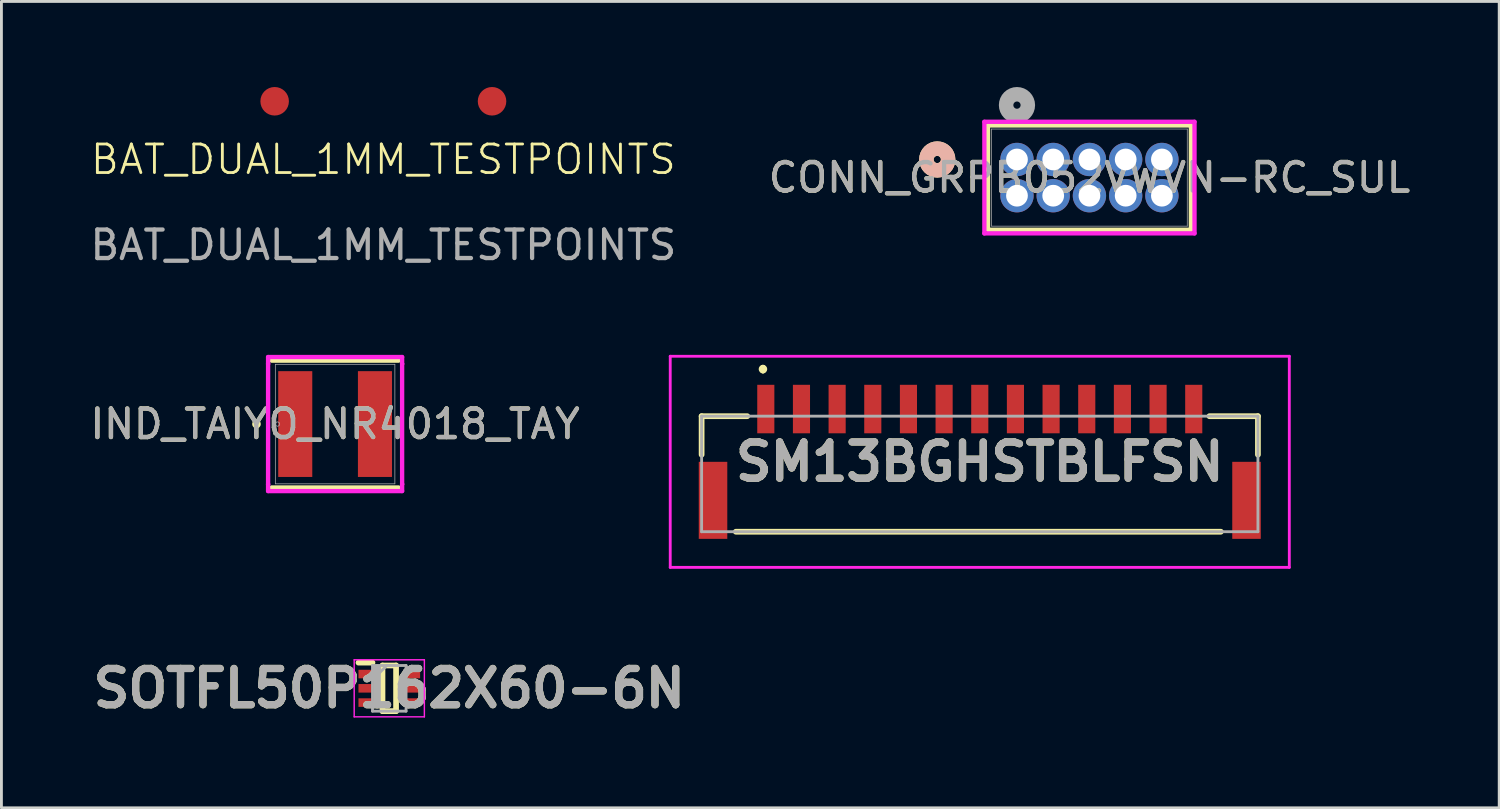
<source format=kicad_pcb>
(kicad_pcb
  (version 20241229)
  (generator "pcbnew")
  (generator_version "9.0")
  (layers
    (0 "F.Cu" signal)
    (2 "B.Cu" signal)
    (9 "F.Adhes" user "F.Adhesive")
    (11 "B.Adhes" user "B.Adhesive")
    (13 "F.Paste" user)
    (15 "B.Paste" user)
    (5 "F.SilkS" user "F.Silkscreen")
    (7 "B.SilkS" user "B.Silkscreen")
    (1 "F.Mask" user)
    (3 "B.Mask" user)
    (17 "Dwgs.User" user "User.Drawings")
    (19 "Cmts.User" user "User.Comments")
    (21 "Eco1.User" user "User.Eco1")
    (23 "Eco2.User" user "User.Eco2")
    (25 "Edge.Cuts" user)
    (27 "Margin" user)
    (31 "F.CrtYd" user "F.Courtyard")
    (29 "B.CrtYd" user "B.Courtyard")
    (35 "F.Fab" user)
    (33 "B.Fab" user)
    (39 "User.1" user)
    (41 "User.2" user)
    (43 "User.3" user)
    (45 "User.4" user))
  (footprint "SOTFL50P162X60-6N"
    (layer "F.Cu")
    (at 10.595 21.077)
    (property "Reference" "SOTFL50P162X60-6N" (at 0 0 0) (layer "F.SilkS") (effects (font (size 1.27 1.27) (thickness 0.254))))
    (attr smd)
    (fp_line (start -1.08 -0.9) (end -0.588 -0.9) (stroke (width 0.2) (type solid)) (layer "F.SilkS"))
    (fp_line (start -0.238 -0.8) (end 0.238 -0.8) (stroke (width 0.2) (type solid)) (layer "F.SilkS"))
    (fp_line (start -0.238 0.8) (end -0.238 -0.8) (stroke (width 0.2) (type solid)) (layer "F.SilkS"))
    (fp_line (start 0.238 -0.8) (end 0.238 0.8) (stroke (width 0.2) (type solid)) (layer "F.SilkS"))
    (fp_line (start 0.238 0.8) (end -0.238 0.8) (stroke (width 0.2) (type solid)) (layer "F.SilkS"))
    (fp_line (start -1.23 -1) (end 1.23 -1) (stroke (width 0.05) (type solid)) (layer "F.CrtYd"))
    (fp_line (start -1.23 1) (end -1.23 -1) (stroke (width 0.05) (type solid)) (layer "F.CrtYd"))
    (fp_line (start 1.23 -1) (end 1.23 1) (stroke (width 0.05) (type solid)) (layer "F.CrtYd"))
    (fp_line (start 1.23 1) (end -1.23 1) (stroke (width 0.05) (type solid)) (layer "F.CrtYd"))
    (fp_line (start -0.588 -0.8) (end 0.588 -0.8) (stroke (width 0.1) (type solid)) (layer "F.Fab"))
    (fp_line (start -0.588 -0.3) (end -0.088 -0.8) (stroke (width 0.1) (type solid)) (layer "F.Fab"))
    (fp_line (start -0.588 0.8) (end -0.588 -0.8) (stroke (width 0.1) (type solid)) (layer "F.Fab"))
    (fp_line (start 0.588 -0.8) (end 0.588 0.8) (stroke (width 0.1) (type solid)) (layer "F.Fab"))
    (fp_line (start 0.588 0.8) (end -0.588 0.8) (stroke (width 0.1) (type solid)) (layer "F.Fab"))
    (fp_text user "${REFERENCE}" (at 0 0 0) (layer "F.Fab") (effects (font (size 1.27 1.27) (thickness 0.254))))
    (pad "1" smd rect (at -0.834 -0.5 90) (size 0.3 0.492) (layers "F.Cu" "F.Mask" "F.Paste"))
    (pad "2" smd rect (at -0.834 0 90) (size 0.3 0.492) (layers "F.Cu" "F.Mask" "F.Paste"))
    (pad "3" smd rect (at -0.834 0.5 90) (size 0.3 0.492) (layers "F.Cu" "F.Mask" "F.Paste"))
    (pad "4" smd rect (at 0.834 0.5 90) (size 0.3 0.492) (layers "F.Cu" "F.Mask" "F.Paste"))
    (pad "5" smd rect (at 0.834 0 90) (size 0.3 0.492) (layers "F.Cu" "F.Mask" "F.Paste"))
    (pad "6" smd rect (at 0.834 -0.5 90) (size 0.3 0.492) (layers "F.Cu" "F.Mask" "F.Paste")))
  (footprint "IND_TAIYO_NR4018_TAY"
    (layer "F.Cu")
    (at 8.696 11.814)
    (property "Reference" "IND_TAIYO_NR4018_TAY" (at 0 0 0) (unlocked yes) (layer "F.SilkS") (effects (font (size 1 1) (thickness 0.15))))
    (attr smd)
    (fp_line (start -2.223 2.223) (end 2.223 2.223) (stroke (width 0.152) (type solid)) (layer "F.SilkS"))
    (fp_line (start 2.223 -2.223) (end -2.223 -2.223) (stroke (width 0.152) (type solid)) (layer "F.SilkS"))
    (fp_circle (center -2.756 0) (end -2.68 0) (stroke (width 0.152) (type solid)) (fill no) (layer "F.SilkS"))
    (fp_line (start -2.349 -2.349) (end 2.349 -2.349) (stroke (width 0.152) (type solid)) (layer "F.CrtYd"))
    (fp_line (start -2.349 -2.108) (end -2.349 -2.349) (stroke (width 0.152) (type solid)) (layer "F.CrtYd"))
    (fp_line (start -2.349 -2.108) (end -2.349 -2.108) (stroke (width 0.152) (type solid)) (layer "F.CrtYd"))
    (fp_line (start -2.349 2.108) (end -2.349 -2.108) (stroke (width 0.152) (type solid)) (layer "F.CrtYd"))
    (fp_line (start -2.349 2.108) (end -2.349 2.108) (stroke (width 0.152) (type solid)) (layer "F.CrtYd"))
    (fp_line (start -2.349 2.349) (end -2.349 2.108) (stroke (width 0.152) (type solid)) (layer "F.CrtYd"))
    (fp_line (start 2.349 -2.349) (end 2.349 -2.108) (stroke (width 0.152) (type solid)) (layer "F.CrtYd"))
    (fp_line (start 2.349 -2.108) (end 2.349 -2.108) (stroke (width 0.152) (type solid)) (layer "F.CrtYd"))
    (fp_line (start 2.349 -2.108) (end 2.349 2.108) (stroke (width 0.152) (type solid)) (layer "F.CrtYd"))
    (fp_line (start 2.349 2.108) (end 2.349 2.108) (stroke (width 0.152) (type solid)) (layer "F.CrtYd"))
    (fp_line (start 2.349 2.108) (end 2.349 2.349) (stroke (width 0.152) (type solid)) (layer "F.CrtYd"))
    (fp_line (start 2.349 2.349) (end -2.349 2.349) (stroke (width 0.152) (type solid)) (layer "F.CrtYd"))
    (fp_line (start -2.095 -2.095) (end -2.095 2.095) (stroke (width 0.025) (type solid)) (layer "F.Fab"))
    (fp_line (start -2.095 2.095) (end 2.095 2.095) (stroke (width 0.025) (type solid)) (layer "F.Fab"))
    (fp_line (start 2.095 -2.095) (end -2.095 -2.095) (stroke (width 0.025) (type solid)) (layer "F.Fab"))
    (fp_line (start 2.095 2.095) (end 2.095 -2.095) (stroke (width 0.025) (type solid)) (layer "F.Fab"))
    (fp_circle (center -2.019 0) (end -1.943 0) (stroke (width 0.025) (type solid)) (fill no) (layer "F.Fab"))
    (fp_text user "${REFERENCE}" (at 0 0 0) (unlocked yes) (layer "F.Fab") (effects (font (size 1 1) (thickness 0.15))))
    (pad "1" smd rect (at -1.397 0) (size 1.194 3.708) (layers "F.Cu" "F.Mask" "F.Paste"))
    (pad "2" smd rect (at 1.397 0) (size 1.194 3.708) (layers "F.Cu" "F.Mask" "F.Paste"))
    (zone (net_name "") (layer "F.Cu") (hatch full 0.508) (connect_pads) (min_thickness 0.254) (filled_areas_thickness no) (keepout (tracks not_allowed) (vias not_allowed) (pads allowed) (copperpour not_allowed) (footprints allowed)) (placement (enabled no)) (fill) (polygon (pts (xy 7.947 9.769) (xy 9.446 9.769) (xy 9.446 13.859) (xy 7.947 13.859)))))
  (footprint "BAT_DUAL_1MM_TESTPOINTS"
    (layer "F.Cu")
    (at 10.387 3.04)
    (property "Reference" "BAT_DUAL_1MM_TESTPOINTS" (at 0 -0.5 0) (unlocked yes) (layer "F.SilkS") (effects (font (size 1 1) (thickness 0.1))))
    (attr smd)
    (fp_text user "${REFERENCE}" (at 0 2.5 0) (unlocked yes) (layer "F.Fab") (effects (font (size 1 1) (thickness 0.15))))
    (pad "1" smd circle (at -3.81 -2.54) (size 1 1) (layers "F.Cu" "F.Mask" "F.Paste"))
    (pad "2" smd circle (at 3.81 -2.54) (size 1 1) (layers "F.Cu" "F.Mask" "F.Paste")))
  (footprint "CONN_GRPB052VWVN-RC_SUL"
    (layer "F.Cu")
    (at 32.597 2.54)
    (property "Reference" "CONN_GRPB052VWVN-RC_SUL" (at 2.54 0.635 0) (unlocked yes) (layer "F.SilkS") (effects (font (size 1 1) (thickness 0.15))))
    (attr through_hole)
    (fp_line (start -1.016 -1.194) (end -1.016 2.464) (stroke (width 0.152) (type solid)) (layer "F.SilkS"))
    (fp_line (start -1.016 2.464) (end 6.096 2.464) (stroke (width 0.152) (type solid)) (layer "F.SilkS"))
    (fp_line (start 6.096 -1.194) (end -1.016 -1.194) (stroke (width 0.152) (type solid)) (layer "F.SilkS"))
    (fp_line (start 6.096 2.464) (end 6.096 -1.194) (stroke (width 0.152) (type solid)) (layer "F.SilkS"))
    (fp_circle (center -2.794 0) (end -2.413 0) (stroke (width 0.508) (type solid)) (fill no) (layer "F.SilkS"))
    (fp_circle (center -2.794 0) (end -2.413 0) (stroke (width 0.508) (type solid)) (fill no) (layer "B.SilkS"))
    (fp_line (start -1.143 -1.321) (end -1.143 2.591) (stroke (width 0.152) (type solid)) (layer "F.CrtYd"))
    (fp_line (start -1.143 2.591) (end 6.223 2.591) (stroke (width 0.152) (type solid)) (layer "F.CrtYd"))
    (fp_line (start 6.223 -1.321) (end -1.143 -1.321) (stroke (width 0.152) (type solid)) (layer "F.CrtYd"))
    (fp_line (start 6.223 2.591) (end 6.223 -1.321) (stroke (width 0.152) (type solid)) (layer "F.CrtYd"))
    (fp_line (start -0.889 -1.067) (end -0.889 2.337) (stroke (width 0.025) (type solid)) (layer "F.Fab"))
    (fp_line (start -0.889 2.337) (end 5.969 2.337) (stroke (width 0.025) (type solid)) (layer "F.Fab"))
    (fp_line (start 5.969 -1.067) (end -0.889 -1.067) (stroke (width 0.025) (type solid)) (layer "F.Fab"))
    (fp_line (start 5.969 2.337) (end 5.969 -1.067) (stroke (width 0.025) (type solid)) (layer "F.Fab"))
    (fp_circle (center 0 -1.905) (end 0.381 -1.905) (stroke (width 0.508) (type solid)) (fill no) (layer "F.Fab"))
    (fp_text user "${REFERENCE}" (at 2.54 0.635 0) (unlocked yes) (layer "F.Fab") (effects (font (size 1 1) (thickness 0.15))))
    (pad "1" thru_hole circle (at 0 0) (size 1.168 1.168) (drill 0.762) (layers "*.Cu" "*.Mask"))
    (pad "2" thru_hole circle (at 1.27 0) (size 1.168 1.168) (drill 0.762) (layers "*.Cu" "*.Mask"))
    (pad "3" thru_hole circle (at 2.54 0) (size 1.168 1.168) (drill 0.762) (layers "*.Cu" "*.Mask"))
    (pad "4" thru_hole circle (at 3.81 0) (size 1.168 1.168) (drill 0.762) (layers "*.Cu" "*.Mask"))
    (pad "5" thru_hole circle (at 5.08 0) (size 1.168 1.168) (drill 0.762) (layers "*.Cu" "*.Mask"))
    (pad "6" thru_hole circle (at 0 1.27) (size 1.168 1.168) (drill 0.762) (layers "*.Cu" "*.Mask"))
    (pad "7" thru_hole circle (at 1.27 1.27) (size 1.168 1.168) (drill 0.762) (layers "*.Cu" "*.Mask"))
    (pad "8" thru_hole circle (at 2.54 1.27) (size 1.168 1.168) (drill 0.762) (layers "*.Cu" "*.Mask"))
    (pad "9" thru_hole circle (at 3.81 1.27) (size 1.168 1.168) (drill 0.762) (layers "*.Cu" "*.Mask"))
    (pad "10" thru_hole circle (at 5.08 1.27) (size 1.168 1.168) (drill 0.762) (layers "*.Cu" "*.Mask")))
  (footprint "SM13BGHSTBLFSN"
    (layer "F.Cu")
    (at 31.293 13.438)
    (property "Reference" "SM13BGHSTBLFSN" (at 0 -0.3 0) (layer "F.SilkS") (effects (font (size 1.27 1.27) (thickness 0.254))))
    (attr smd)
    (fp_line (start -9.75 -1.9) (end -9.75 -0.55) (stroke (width 0.2) (type solid)) (layer "F.SilkS"))
    (fp_line (start -8.55 2.15) (end 8.45 2.15) (stroke (width 0.2) (type solid)) (layer "F.SilkS"))
    (fp_line (start -8.15 -1.9) (end -9.75 -1.9) (stroke (width 0.2) (type solid)) (layer "F.SilkS"))
    (fp_line (start -7.6 -3.6) (end -7.6 -3.6) (stroke (width 0.2) (type solid)) (layer "F.SilkS"))
    (fp_line (start -7.6 -3.5) (end -7.6 -3.5) (stroke (width 0.2) (type solid)) (layer "F.SilkS"))
    (fp_line (start 8.05 -1.9) (end 9.75 -1.9) (stroke (width 0.2) (type solid)) (layer "F.SilkS"))
    (fp_line (start 9.75 -1.9) (end 9.75 -0.55) (stroke (width 0.2) (type solid)) (layer "F.SilkS"))
    (fp_arc (start -7.6 -3.6) (mid -7.55 -3.55) (end -7.6 -3.5) (stroke (width 0.2) (type solid)) (layer "F.SilkS"))
    (fp_arc (start -7.6 -3.5) (mid -7.65 -3.55) (end -7.6 -3.6) (stroke (width 0.2) (type solid)) (layer "F.SilkS"))
    (fp_line (start -10.85 -4) (end 10.85 -4) (stroke (width 0.1) (type solid)) (layer "F.CrtYd"))
    (fp_line (start -10.85 3.4) (end -10.85 -4) (stroke (width 0.1) (type solid)) (layer "F.CrtYd"))
    (fp_line (start 10.85 -4) (end 10.85 3.4) (stroke (width 0.1) (type solid)) (layer "F.CrtYd"))
    (fp_line (start 10.85 3.4) (end -10.85 3.4) (stroke (width 0.1) (type solid)) (layer "F.CrtYd"))
    (fp_line (start -9.75 -1.9) (end 9.75 -1.9) (stroke (width 0.1) (type solid)) (layer "F.Fab"))
    (fp_line (start -9.75 2.15) (end -9.75 -1.9) (stroke (width 0.1) (type solid)) (layer "F.Fab"))
    (fp_line (start 9.75 -1.9) (end 9.75 2.15) (stroke (width 0.1) (type solid)) (layer "F.Fab"))
    (fp_line (start 9.75 2.15) (end -9.75 2.15) (stroke (width 0.1) (type solid)) (layer "F.Fab"))
    (fp_text user "${REFERENCE}" (at 0 -0.3 0) (layer "F.Fab") (effects (font (size 1.27 1.27) (thickness 0.254))))
    (pad "1" smd rect (at -7.5 -2.15) (size 0.6 1.7) (layers "F.Cu" "F.Mask" "F.Paste"))
    (pad "2" smd rect (at -6.25 -2.15) (size 0.6 1.7) (layers "F.Cu" "F.Mask" "F.Paste"))
    (pad "3" smd rect (at -5 -2.15) (size 0.6 1.7) (layers "F.Cu" "F.Mask" "F.Paste"))
    (pad "4" smd rect (at -3.75 -2.15) (size 0.6 1.7) (layers "F.Cu" "F.Mask" "F.Paste"))
    (pad "5" smd rect (at -2.5 -2.15) (size 0.6 1.7) (layers "F.Cu" "F.Mask" "F.Paste"))
    (pad "6" smd rect (at -1.25 -2.15) (size 0.6 1.7) (layers "F.Cu" "F.Mask" "F.Paste"))
    (pad "7" smd rect (at 0 -2.15) (size 0.6 1.7) (layers "F.Cu" "F.Mask" "F.Paste"))
    (pad "8" smd rect (at 1.25 -2.15) (size 0.6 1.7) (layers "F.Cu" "F.Mask" "F.Paste"))
    (pad "9" smd rect (at 2.5 -2.15) (size 0.6 1.7) (layers "F.Cu" "F.Mask" "F.Paste"))
    (pad "10" smd rect (at 3.75 -2.15) (size 0.6 1.7) (layers "F.Cu" "F.Mask" "F.Paste"))
    (pad "11" smd rect (at 5 -2.15) (size 0.6 1.7) (layers "F.Cu" "F.Mask" "F.Paste"))
    (pad "12" smd rect (at 6.25 -2.15) (size 0.6 1.7) (layers "F.Cu" "F.Mask" "F.Paste"))
    (pad "13" smd rect (at 7.5 -2.15) (size 0.6 1.7) (layers "F.Cu" "F.Mask" "F.Paste"))
    (pad "MP1" smd rect (at -9.35 1.05) (size 1 2.7) (layers "F.Cu" "F.Mask" "F.Paste"))
    (pad "MP2" smd rect (at 9.35 1.05) (size 1 2.7) (layers "F.Cu" "F.Mask" "F.Paste")))
  (gr_rect
    (start -3 -3)
    (end 49.5 25.266)
    (stroke (width 0.1) (type default))
    (fill no)
    (layer "Edge.Cuts")))
</source>
